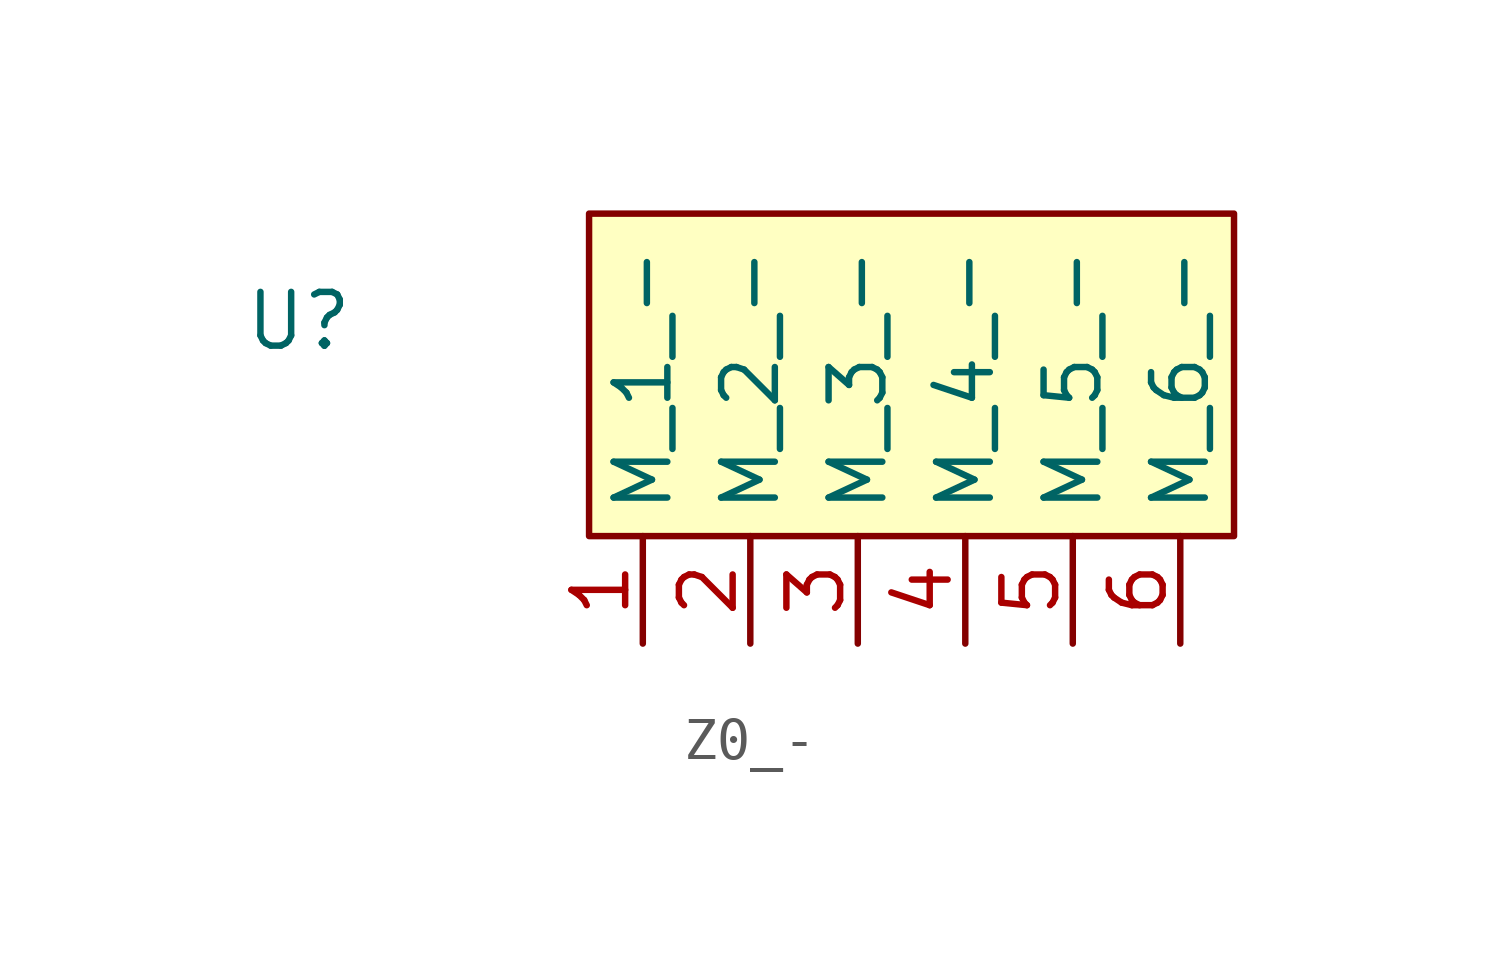
<source format=kicad_sym>
(kicad_symbol_lib
  (version 20231120)
  (generator "kicad_symbol_editor")
  (generator_version "8.0")
  (symbol "Z0_-"
    (property "Reference" "U"
      (at -6.858 5.08 0)
      (effects (font (size 1.27 1.27))))
    (property "Value" ""
      (at -6.858 5.08 0)
      (effects (font (size 1.27 1.27))))
    (symbol "Z0_-_1_1"
      (rectangle (start 0 7.62) (end 15.24 0) (stroke (width 0) (type default)) (fill (type background)))
      (pin input line (at 1.27 -2.54 90) (length 2.54) (name "M_1_-" (effects (font (size 1.27 1.27)))) (number "1" (effects (font (size 1.27 1.27)))))
      (pin input line (at 3.81 -2.54 90) (length 2.54) (name "M_2_-" (effects (font (size 1.27 1.27)))) (number "2" (effects (font (size 1.27 1.27)))))
      (pin input line (at 6.35 -2.54 90) (length 2.54) (name "M_3_-" (effects (font (size 1.27 1.27)))) (number "3" (effects (font (size 1.27 1.27)))))
      (pin input line (at 8.89 -2.54 90) (length 2.54) (name "M_4_-" (effects (font (size 1.27 1.27)))) (number "4" (effects (font (size 1.27 1.27)))))
      (pin input line (at 11.43 -2.54 90) (length 2.54) (name "M_5_-" (effects (font (size 1.27 1.27)))) (number "5" (effects (font (size 1.27 1.27)))))
      (pin input line (at 13.97 -2.54 90) (length 2.54) (name "M_6_-" (effects (font (size 1.27 1.27)))) (number "6" (effects (font (size 1.27 1.27))))))))
</source>
